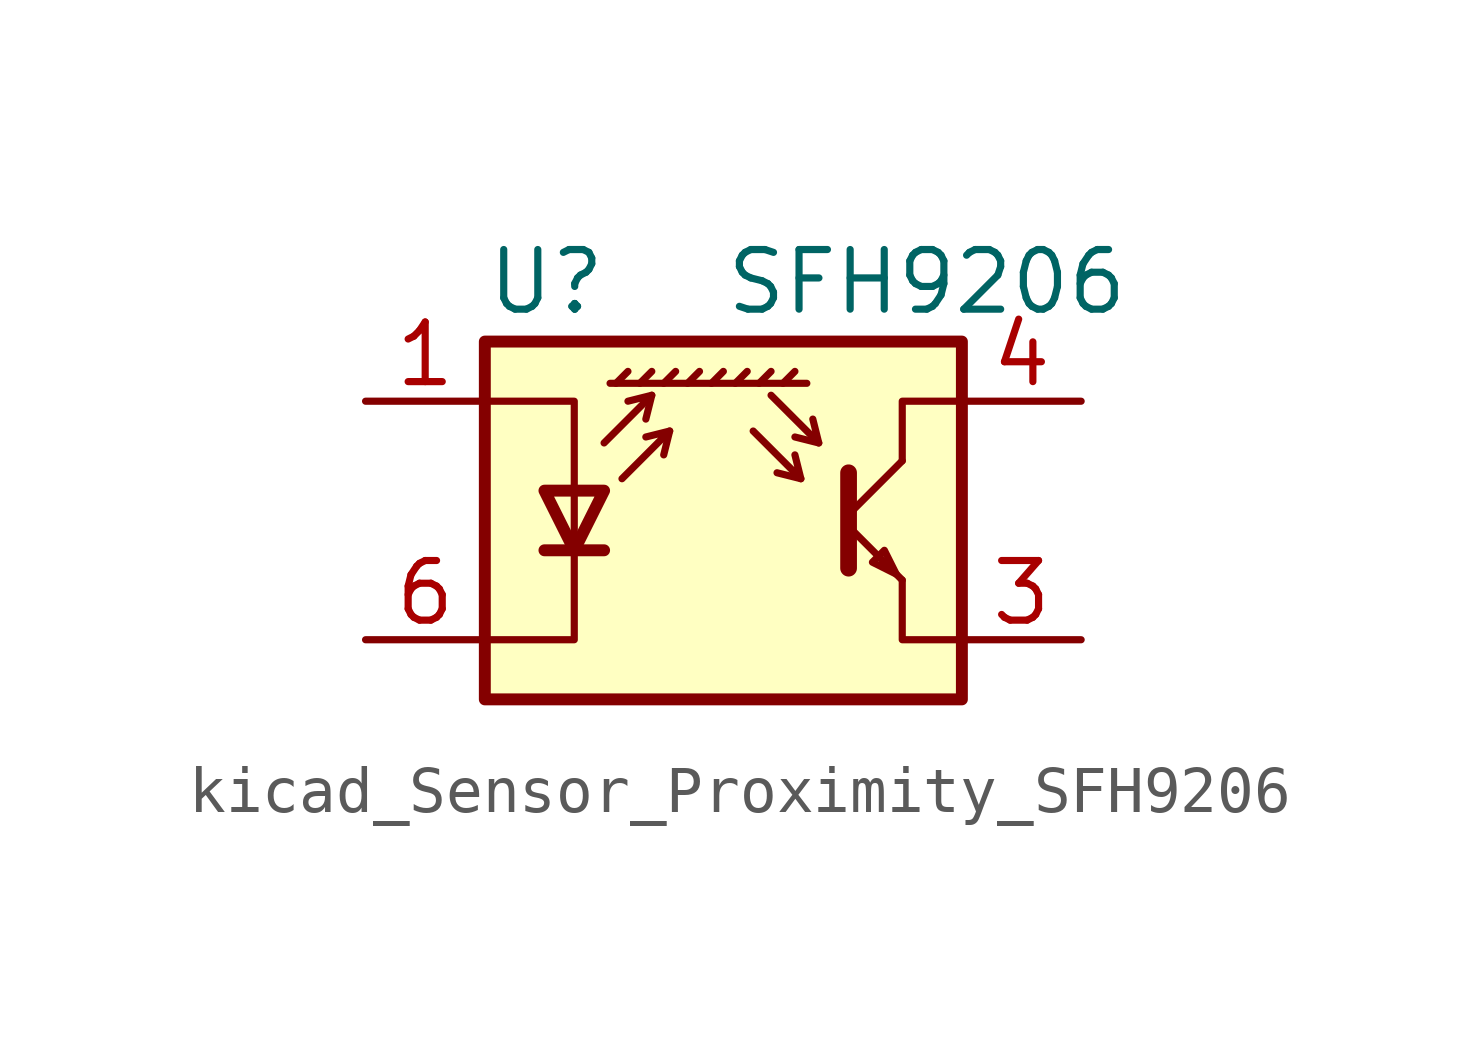
<source format=kicad_sym>
(kicad_symbol_lib
  (version 20220914)
  (generator kicad_symbol_editor)
  (symbol "kicad_Sensor_Proximity_SFH9206"
    (pin_names
      (offset 0.025) hide)
    (property "Reference" "U"
      (at -5.08 5.08 0)
      (effects (font (size 1.27 1.27)) (justify left)))
    (property "Value" "SFH9206"
      (at 0 5.08 0)
      (effects (font (size 1.27 1.27)) (justify left)))
    (symbol "kicad_Sensor_Proximity_SFH9206_0_1"
      (polyline (pts (xy -3.81 -0.635) (xy -2.54 -0.635)) (stroke (width 0.254) (type default)) (fill (type none)))
      (polyline (pts (xy -2.286 2.921) (xy -2.032 3.175)) (stroke (width 0) (type default)) (fill (type none)))
      (polyline (pts (xy -1.778 2.921) (xy -1.524 3.175)) (stroke (width 0) (type default)) (fill (type none)))
      (polyline (pts (xy -1.524 2.667) (xy -1.651 2.159)) (stroke (width 0) (type default)) (fill (type none)))
      (polyline (pts (xy -1.27 2.921) (xy -1.016 3.175)) (stroke (width 0) (type default)) (fill (type none)))
      (polyline (pts (xy -1.143 1.905) (xy -1.27 1.397)) (stroke (width 0) (type default)) (fill (type none)))
      (polyline (pts (xy -0.762 2.921) (xy -0.508 3.175)) (stroke (width 0) (type default)) (fill (type none)))
      (polyline (pts (xy -0.254 2.921) (xy 0 3.175)) (stroke (width 0) (type default)) (fill (type none)))
      (polyline (pts (xy 0.254 2.921) (xy 0.508 3.175)) (stroke (width 0) (type default)) (fill (type none)))
      (polyline (pts (xy 0.762 2.921) (xy 1.016 3.175)) (stroke (width 0) (type default)) (fill (type none)))
      (polyline (pts (xy 1.27 2.921) (xy 1.524 3.175)) (stroke (width 0) (type default)) (fill (type none)))
      (polyline (pts (xy 1.651 0.889) (xy 1.143 1.016)) (stroke (width 0) (type default)) (fill (type none)))
      (polyline (pts (xy 1.778 2.921) (xy -2.413 2.921)) (stroke (width 0) (type default)) (fill (type none)))
      (polyline (pts (xy 2.032 1.651) (xy 1.524 1.778)) (stroke (width 0) (type default)) (fill (type none)))
      (polyline (pts (xy 2.667 -0.127) (xy 3.81 -1.27)) (stroke (width 0) (type default)) (fill (type none)))
      (polyline (pts (xy 2.667 0.127) (xy 3.81 1.27)) (stroke (width 0) (type default)) (fill (type none)))
      (polyline (pts (xy -2.54 1.651) (xy -1.524 2.667) (xy -2.032 2.54)) (stroke (width 0) (type default)) (fill (type none)))
      (polyline (pts (xy -2.159 0.889) (xy -1.143 1.905) (xy -1.651 1.778)) (stroke (width 0) (type default)) (fill (type none)))
      (polyline (pts (xy 0.635 1.905) (xy 1.651 0.889) (xy 1.524 1.397)) (stroke (width 0) (type default)) (fill (type none)))
      (polyline (pts (xy 1.016 2.667) (xy 2.032 1.651) (xy 1.905 2.159)) (stroke (width 0) (type default)) (fill (type none)))
      (polyline (pts (xy 2.667 1.016) (xy 2.667 -1.016) (xy 2.667 -1.016)) (stroke (width 0.356) (type default)) (fill (type none)))
      (polyline (pts (xy 3.81 -1.27) (xy 3.81 -2.54) (xy 5.08 -2.54)) (stroke (width 0) (type default)) (fill (type none)))
      (polyline (pts (xy 3.81 1.27) (xy 3.81 2.54) (xy 5.08 2.54)) (stroke (width 0) (type default)) (fill (type none)))
      (polyline (pts (xy -5.08 -2.54) (xy -3.175 -2.54) (xy -3.175 2.54) (xy -5.08 2.54)) (stroke (width 0) (type default)) (fill (type none)))
      (polyline (pts (xy -3.175 -0.635) (xy -3.81 0.635) (xy -2.54 0.635) (xy -3.175 -0.635)) (stroke (width 0.254) (type default)) (fill (type none)))
      (polyline (pts (xy 3.683 -1.143) (xy 3.429 -0.635) (xy 3.175 -0.889) (xy 3.683 -1.143)) (stroke (width 0) (type default)) (fill (type none)))
      (polyline (pts (xy -5.08 -3.81) (xy 5.08 -3.81) (xy 5.08 3.81) (xy -5.08 3.81) (xy -5.08 -3.81)) (stroke (width 0.254) (type default)) (fill (type background))))
    (symbol "kicad_Sensor_Proximity_SFH9206_1_1"
      (pin passive line (at -7.62 2.54 0) (length 2.54) (name "A" (effects (font (size 1.27 1.27)))) (number "1" (effects (font (size 1.27 1.27)))))
      (pin no_connect line (at -5.08 0 0) (length 2.54) hide (name "NC" (effects (font (size 1.27 1.27)))) (number "2" (effects (font (size 1.27 1.27)))))
      (pin open_emitter line (at 7.62 -2.54 180) (length 2.54) (name "E" (effects (font (size 1.27 1.27)))) (number "3" (effects (font (size 1.27 1.27)))))
      (pin open_collector line (at 7.62 2.54 180) (length 2.54) (name "C" (effects (font (size 1.27 1.27)))) (number "4" (effects (font (size 1.27 1.27)))))
      (pin no_connect line (at 5.08 0 180) (length 2.54) hide (name "NC" (effects (font (size 1.27 1.27)))) (number "5" (effects (font (size 1.27 1.27)))))
      (pin passive line (at -7.62 -2.54 0) (length 2.54) (name "K" (effects (font (size 1.27 1.27)))) (number "6" (effects (font (size 1.27 1.27))))))))
</source>
